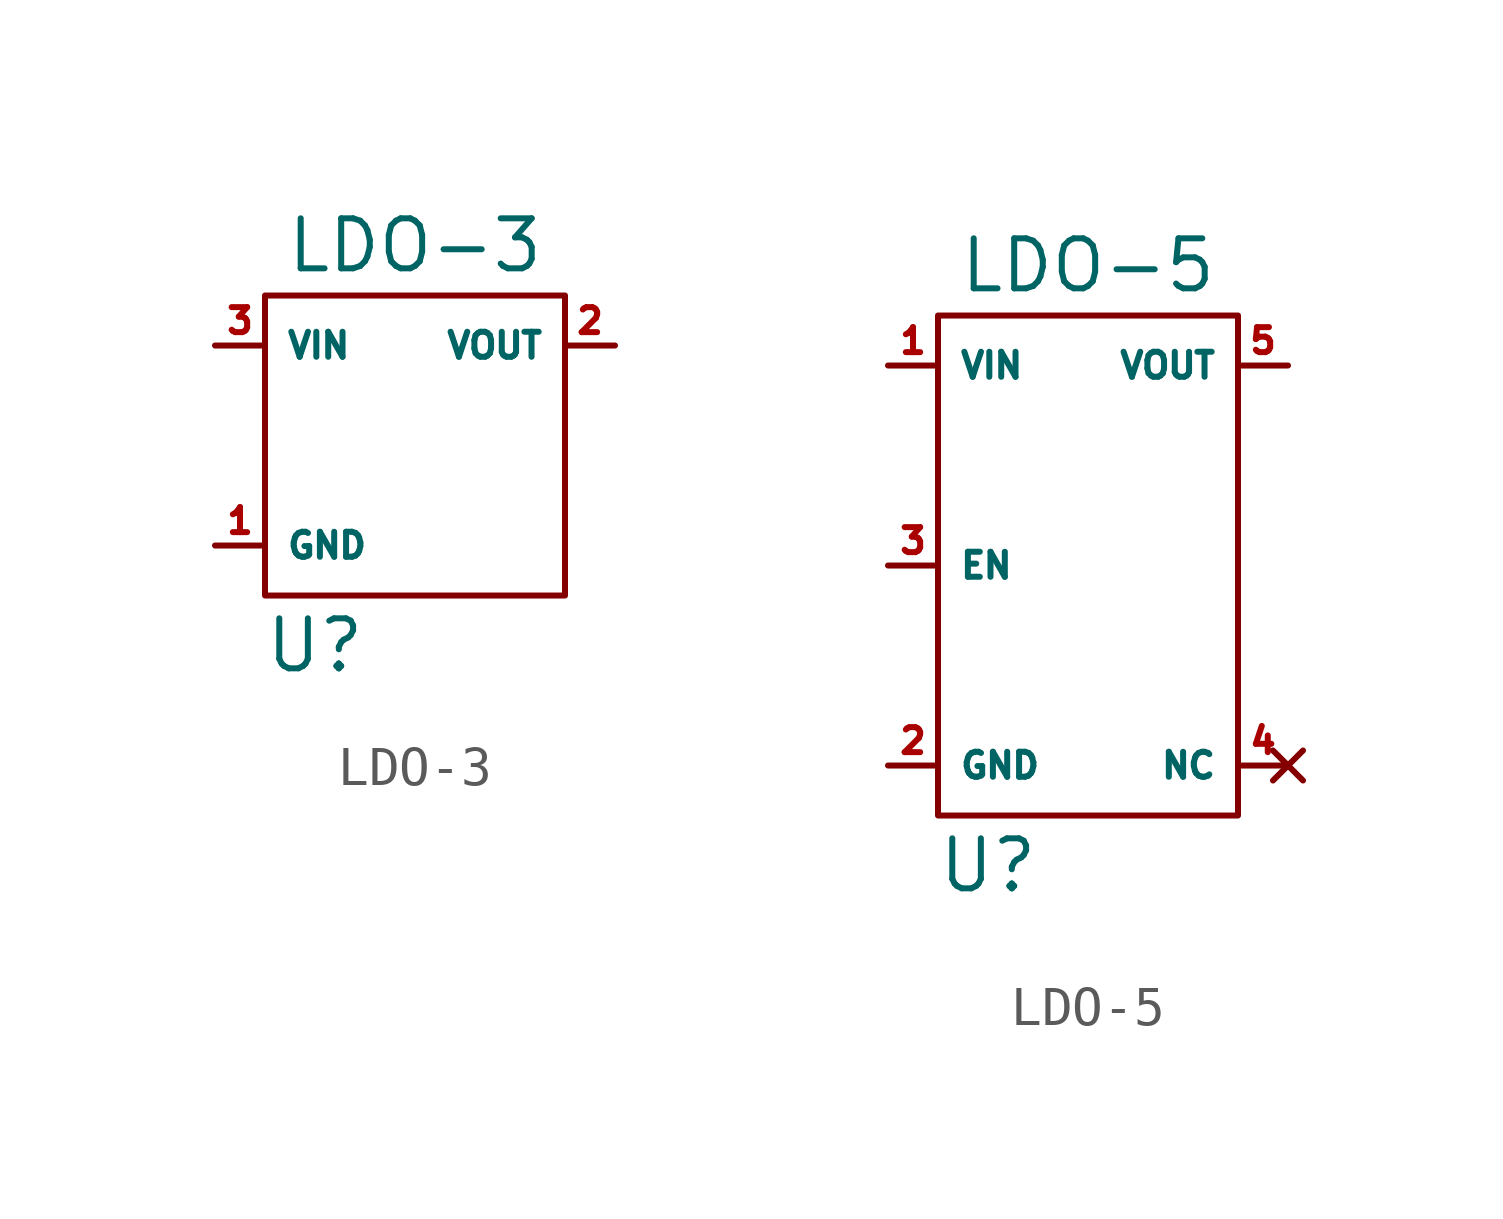
<source format=kicad_sym>
(kicad_symbol_lib
  (version 20211014)
  (generator kicad_symbol_editor)
  (symbol "LDO-3"
    (property "Reference" "U"
      (at -2.54 -5.08 0)
      (effects (font (size 1.27 1.27))))
    (property "Value" "LDO-3"
      (at 0 5.08 0)
      (effects (font (size 1.27 1.27))))
    (symbol "LDO-3_0_1"
      (rectangle (start -3.81 3.81) (end 3.81 -3.81) (stroke (width 0) (type default) (color 0 0 0 0)) (fill (type none))))
    (symbol "LDO-3_1_1"
      (pin passive line (at -5.08 -2.54 0) (length 1.27) (name "GND" (effects (font (size 0.635 0.635)))) (number "1" (effects (font (size 0.635 0.635)))))
      (pin power_out line (at 5.08 2.54 180) (length 1.27) (name "VOUT" (effects (font (size 0.635 0.635)))) (number "2" (effects (font (size 0.635 0.635)))))
      (pin power_in line (at -5.08 2.54 0) (length 1.27) (name "VIN" (effects (font (size 0.635 0.635)))) (number "3" (effects (font (size 0.635 0.635)))))))
  (symbol "LDO-5"
    (property "Reference" "U"
      (at -2.54 -7.62 0)
      (effects (font (size 1.27 1.27))))
    (property "Value" "LDO-5"
      (at 0 7.62 0)
      (effects (font (size 1.27 1.27))))
    (symbol "LDO-5_0_1"
      (rectangle (start -3.81 6.35) (end 3.81 -6.35) (stroke (width 0) (type default) (color 0 0 0 0)) (fill (type none))))
    (symbol "LDO-5_1_1"
      (pin power_in line (at -5.08 5.08 0) (length 1.27) (name "VIN" (effects (font (size 0.635 0.635)))) (number "1" (effects (font (size 0.635 0.635)))))
      (pin passive line (at -5.08 -5.08 0) (length 1.27) (name "GND" (effects (font (size 0.635 0.635)))) (number "2" (effects (font (size 0.635 0.635)))))
      (pin input line (at -5.08 0 0) (length 1.27) (name "EN" (effects (font (size 0.635 0.635)))) (number "3" (effects (font (size 0.635 0.635)))))
      (pin no_connect line (at 5.08 -5.08 180) (length 1.27) (name "NC" (effects (font (size 0.635 0.635)))) (number "4" (effects (font (size 0.635 0.635)))))
      (pin power_out line (at 5.08 5.08 180) (length 1.27) (name "VOUT" (effects (font (size 0.635 0.635)))) (number "5" (effects (font (size 0.635 0.635))))))))
</source>
